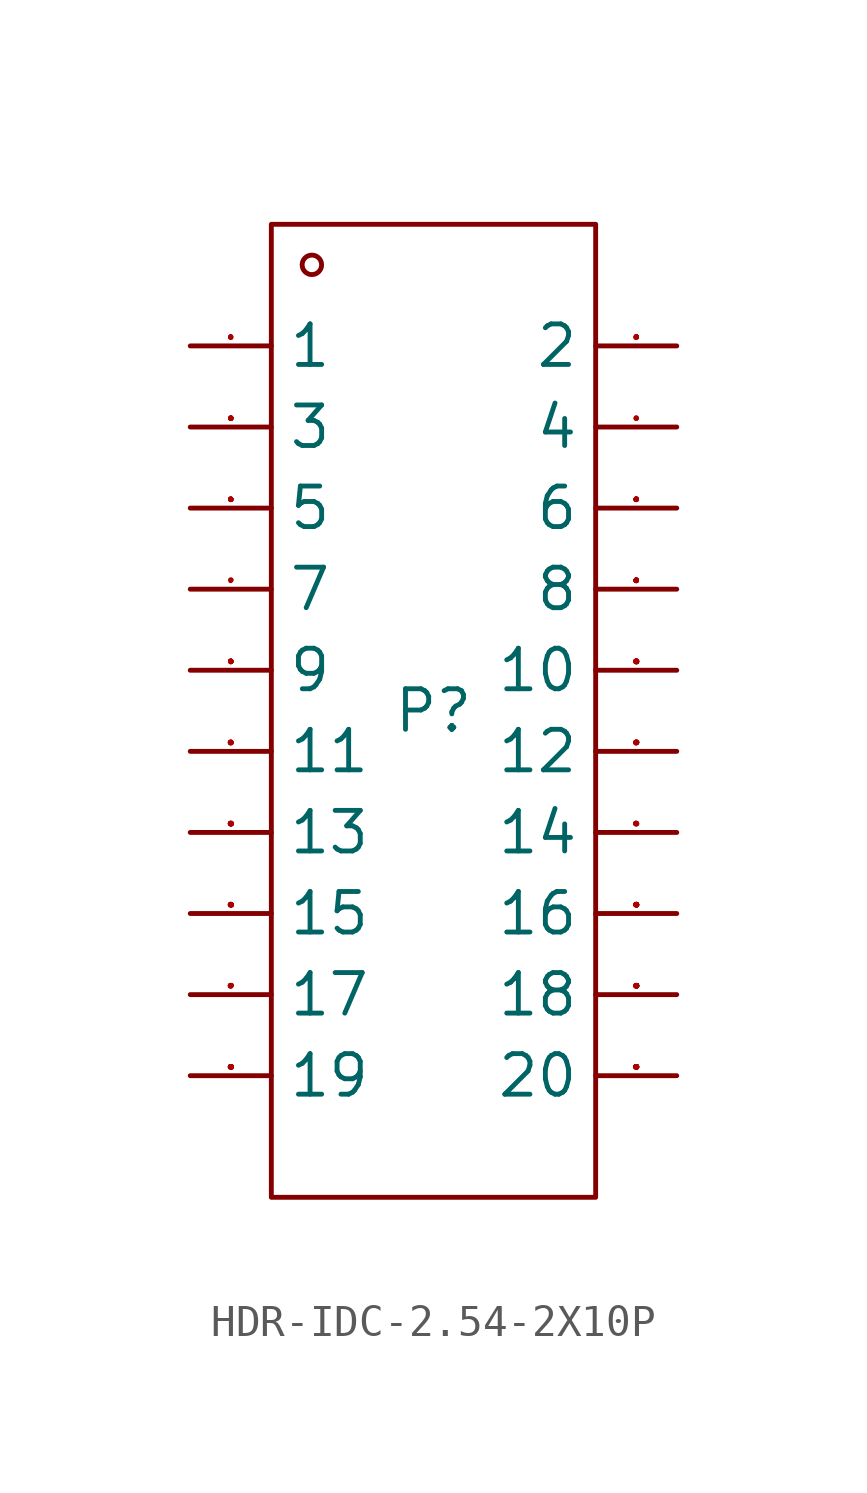
<source format=kicad_sym>
(kicad_symbol_lib
  (version 20231120)
  (generator "kicad_symbol_editor")
  (generator_version "8.0")
  (symbol "HDR-IDC-2.54-2X10P"
    (property "Reference" "P"
      (at 0 0 0)
      (effects (font (size 1.27 1.27))))
    (property "Value" ""
      (at 0 0 0)
      (effects (font (size 1.27 1.27))))
    (symbol "HDR-IDC-2.54-2X10P_1_0"
      (rectangle (start -5.08 -15.24) (end 5.08 15.24) (stroke (width 0) (type default)) (fill (type none)))
      (circle (center -3.81 13.97) (radius 0.305) (stroke (width 0) (type default)) (fill (type none)))
      (pin unspecified line (at -7.62 11.43 0) (length 2.54) (name "1" (effects (font (size 1.27 1.27)))) (number "1" (effects (font (size 0.025 0.025)))))
      (pin unspecified line (at 7.62 1.27 180) (length 2.54) (name "10" (effects (font (size 1.27 1.27)))) (number "10" (effects (font (size 0.025 0.025)))))
      (pin unspecified line (at -7.62 -1.27 0) (length 2.54) (name "11" (effects (font (size 1.27 1.27)))) (number "11" (effects (font (size 0.025 0.025)))))
      (pin unspecified line (at 7.62 -1.27 180) (length 2.54) (name "12" (effects (font (size 1.27 1.27)))) (number "12" (effects (font (size 0.025 0.025)))))
      (pin unspecified line (at -7.62 -3.81 0) (length 2.54) (name "13" (effects (font (size 1.27 1.27)))) (number "13" (effects (font (size 0.025 0.025)))))
      (pin unspecified line (at 7.62 -3.81 180) (length 2.54) (name "14" (effects (font (size 1.27 1.27)))) (number "14" (effects (font (size 0.025 0.025)))))
      (pin unspecified line (at -7.62 -6.35 0) (length 2.54) (name "15" (effects (font (size 1.27 1.27)))) (number "15" (effects (font (size 0.025 0.025)))))
      (pin unspecified line (at 7.62 -6.35 180) (length 2.54) (name "16" (effects (font (size 1.27 1.27)))) (number "16" (effects (font (size 0.025 0.025)))))
      (pin unspecified line (at -7.62 -8.89 0) (length 2.54) (name "17" (effects (font (size 1.27 1.27)))) (number "17" (effects (font (size 0.025 0.025)))))
      (pin unspecified line (at 7.62 -8.89 180) (length 2.54) (name "18" (effects (font (size 1.27 1.27)))) (number "18" (effects (font (size 0.025 0.025)))))
      (pin unspecified line (at -7.62 -11.43 0) (length 2.54) (name "19" (effects (font (size 1.27 1.27)))) (number "19" (effects (font (size 0.025 0.025)))))
      (pin unspecified line (at 7.62 11.43 180) (length 2.54) (name "2" (effects (font (size 1.27 1.27)))) (number "2" (effects (font (size 0.025 0.025)))))
      (pin unspecified line (at 7.62 -11.43 180) (length 2.54) (name "20" (effects (font (size 1.27 1.27)))) (number "20" (effects (font (size 0.025 0.025)))))
      (pin unspecified line (at -7.62 8.89 0) (length 2.54) (name "3" (effects (font (size 1.27 1.27)))) (number "3" (effects (font (size 0.025 0.025)))))
      (pin unspecified line (at 7.62 8.89 180) (length 2.54) (name "4" (effects (font (size 1.27 1.27)))) (number "4" (effects (font (size 0.025 0.025)))))
      (pin unspecified line (at -7.62 6.35 0) (length 2.54) (name "5" (effects (font (size 1.27 1.27)))) (number "5" (effects (font (size 0.025 0.025)))))
      (pin unspecified line (at 7.62 6.35 180) (length 2.54) (name "6" (effects (font (size 1.27 1.27)))) (number "6" (effects (font (size 0.025 0.025)))))
      (pin unspecified line (at -7.62 3.81 0) (length 2.54) (name "7" (effects (font (size 1.27 1.27)))) (number "7" (effects (font (size 0.025 0.025)))))
      (pin unspecified line (at 7.62 3.81 180) (length 2.54) (name "8" (effects (font (size 1.27 1.27)))) (number "8" (effects (font (size 0.025 0.025)))))
      (pin unspecified line (at -7.62 1.27 0) (length 2.54) (name "9" (effects (font (size 1.27 1.27)))) (number "9" (effects (font (size 0.025 0.025))))))))
</source>
